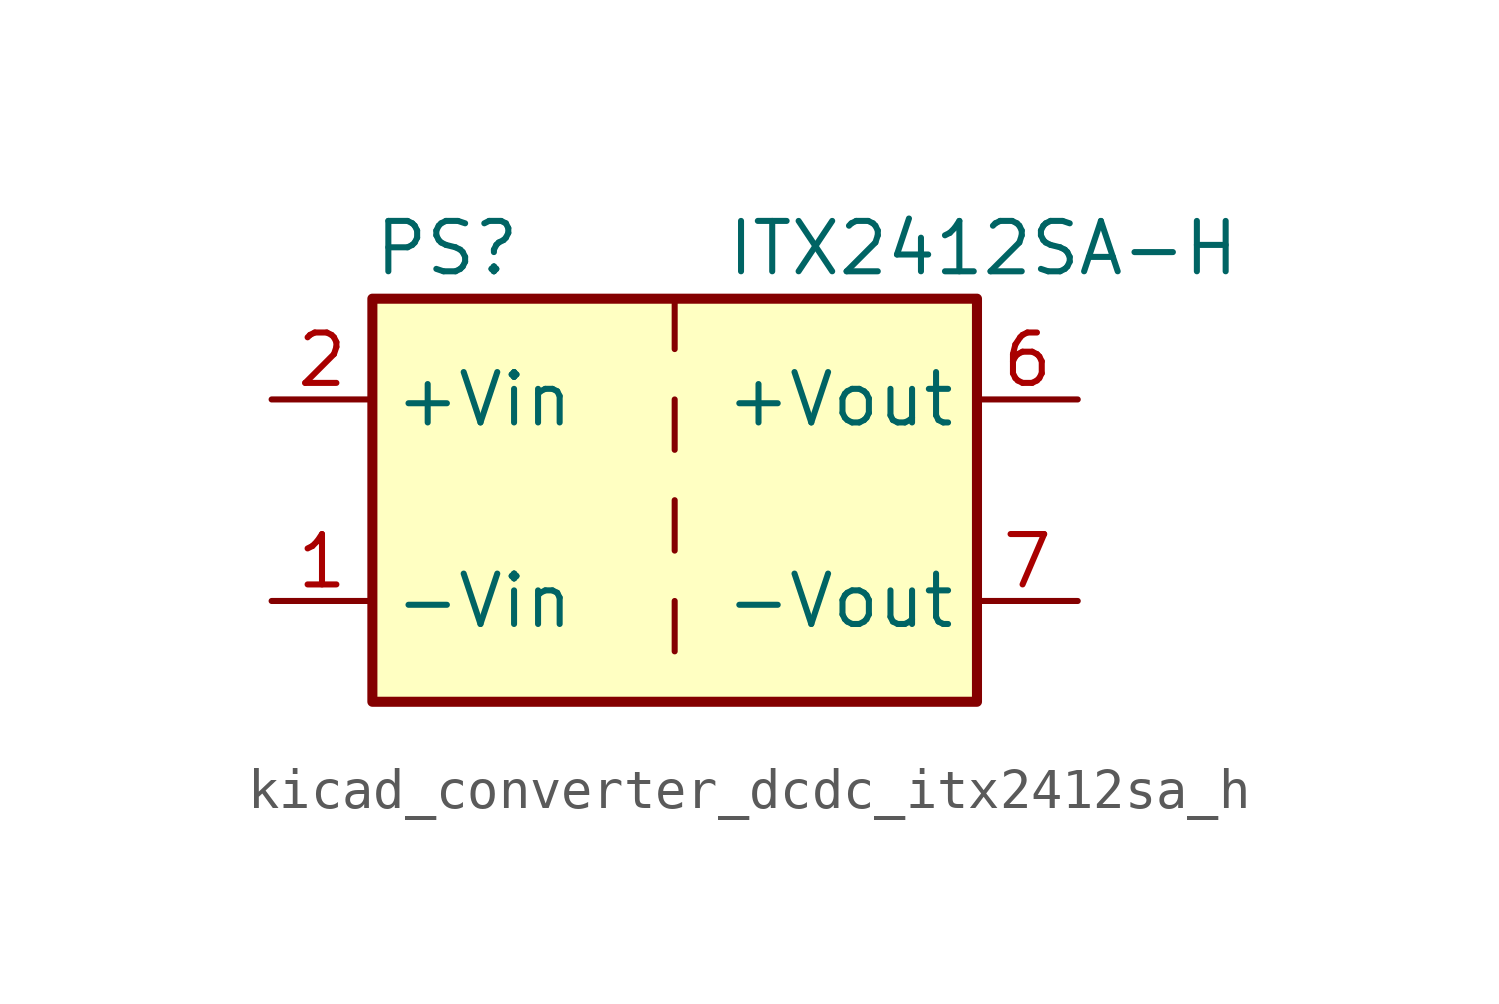
<source format=kicad_sym>
(kicad_symbol_lib
  (version 20220914)
  (generator kicad_symbol_editor)
  (symbol "kicad_converter_dcdc_itx2412sa_h"
    (property "Reference" "PS"
      (at -7.62 6.35 0)
      (effects (font (size 1.27 1.27)) (justify left)))
    (property "Value" "ITX2412SA-H"
      (at 1.27 6.35 0)
      (effects (font (size 1.27 1.27)) (justify left)))
    (symbol "kicad_converter_dcdc_itx2412sa_h_0_0"
      (pin power_in line (at -10.16 -2.54 0) (length 2.54) (name "-Vin" (effects (font (size 1.27 1.27)))) (number "1" (effects (font (size 1.27 1.27)))))
      (pin power_in line (at -10.16 2.54 0) (length 2.54) (name "+Vin" (effects (font (size 1.27 1.27)))) (number "2" (effects (font (size 1.27 1.27)))))
      (pin power_out line (at 10.16 2.54 180) (length 2.54) (name "+Vout" (effects (font (size 1.27 1.27)))) (number "6" (effects (font (size 1.27 1.27)))))
      (pin power_out line (at 10.16 -2.54 180) (length 2.54) (name "-Vout" (effects (font (size 1.27 1.27)))) (number "7" (effects (font (size 1.27 1.27)))))
      (pin no_connect line (at 7.62 0 180) (length 2.54) hide (name "NC" (effects (font (size 1.27 1.27)))) (number "8" (effects (font (size 1.27 1.27))))))
    (symbol "kicad_converter_dcdc_itx2412sa_h_0_1"
      (rectangle (start -7.62 5.08) (end 7.62 -5.08) (stroke (width 0.254) (type default)) (fill (type background)))
      (polyline (pts (xy 0 -2.54) (xy 0 -3.81)) (stroke (width 0) (type default)) (fill (type none)))
      (polyline (pts (xy 0 0) (xy 0 -1.27)) (stroke (width 0) (type default)) (fill (type none)))
      (polyline (pts (xy 0 2.54) (xy 0 1.27)) (stroke (width 0) (type default)) (fill (type none)))
      (polyline (pts (xy 0 5.08) (xy 0 3.81)) (stroke (width 0) (type default)) (fill (type none))))))
</source>
